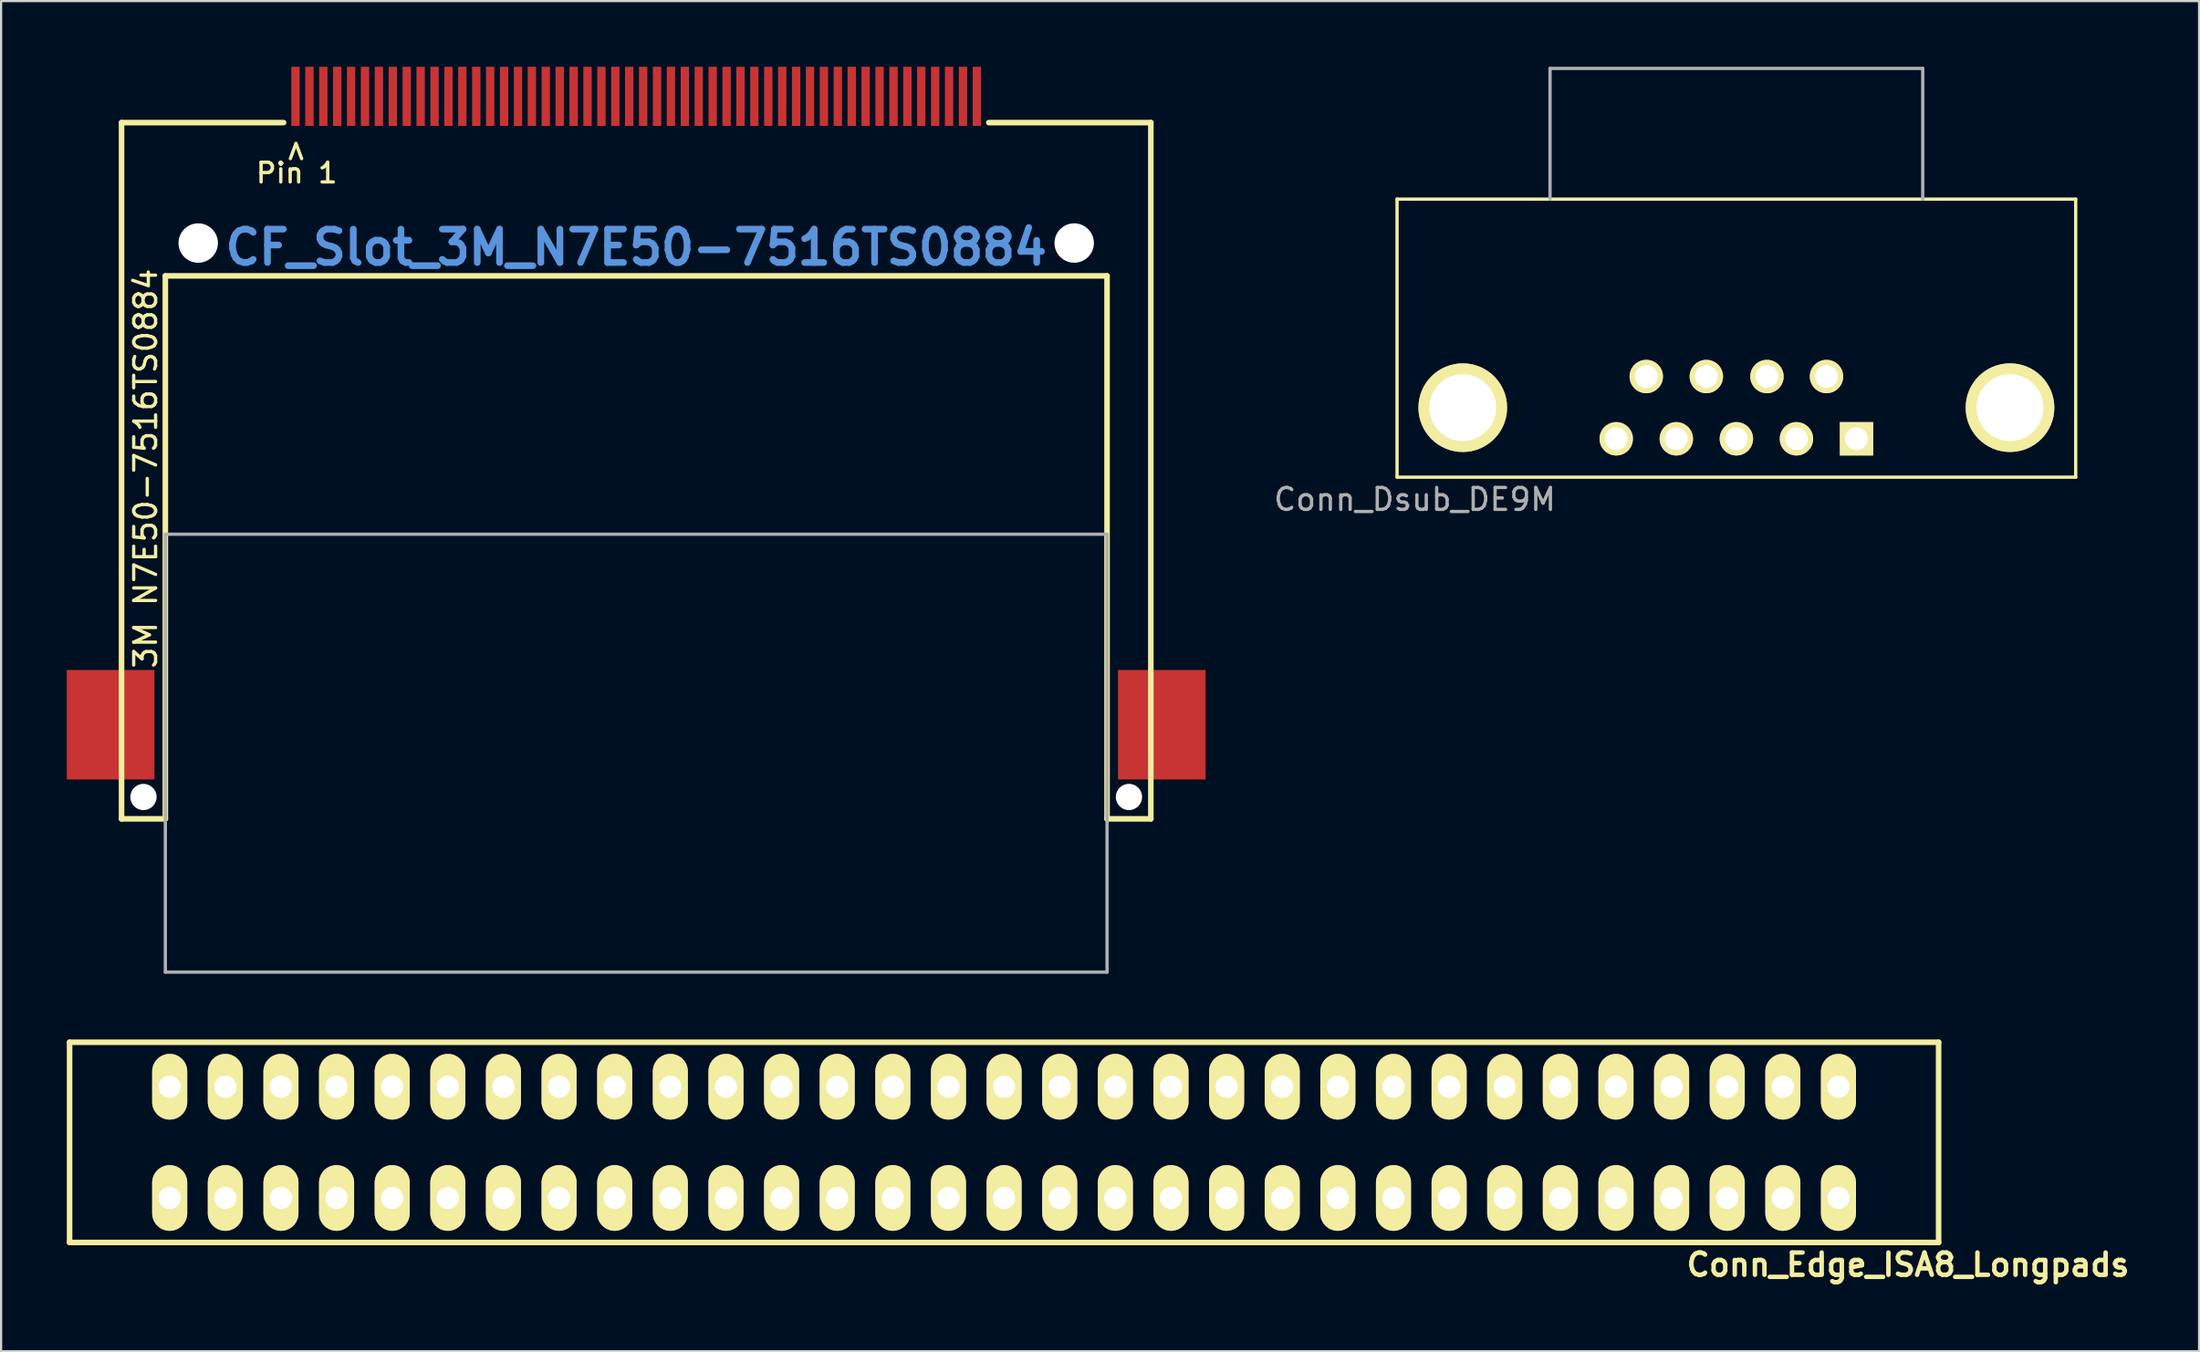
<source format=kicad_pcb>
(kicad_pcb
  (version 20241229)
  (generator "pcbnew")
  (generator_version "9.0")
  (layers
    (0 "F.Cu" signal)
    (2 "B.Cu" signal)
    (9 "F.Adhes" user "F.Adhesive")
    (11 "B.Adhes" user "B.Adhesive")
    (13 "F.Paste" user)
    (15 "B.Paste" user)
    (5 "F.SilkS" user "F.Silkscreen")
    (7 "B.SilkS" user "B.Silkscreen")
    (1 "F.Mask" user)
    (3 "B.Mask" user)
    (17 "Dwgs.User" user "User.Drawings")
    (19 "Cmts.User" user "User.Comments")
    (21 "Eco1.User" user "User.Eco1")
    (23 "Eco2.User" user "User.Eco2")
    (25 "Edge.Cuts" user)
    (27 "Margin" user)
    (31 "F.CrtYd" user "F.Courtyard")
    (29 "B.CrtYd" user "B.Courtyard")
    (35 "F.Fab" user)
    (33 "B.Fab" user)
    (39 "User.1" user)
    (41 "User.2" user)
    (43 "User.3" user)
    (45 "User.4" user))
  (footprint "Conn_Dsub_DE9M"
    (layer "F.Cu")
    (at 76.237 15.569)
    (property "Reference" "Conn_Dsub_DE9M" (at -14.684 4.191 180) (layer "F.Fab") (effects (font (size 1 1) (thickness 0.15))))
    (attr through_hole)
    (fp_line (start -15.494 -9.525) (end 15.494 -9.525) (stroke (width 0.15) (type solid)) (layer "F.SilkS"))
    (fp_line (start -15.494 3.175) (end -15.494 -9.525) (stroke (width 0.15) (type solid)) (layer "F.SilkS"))
    (fp_line (start -15.494 3.175) (end 15.494 3.175) (stroke (width 0.15) (type solid)) (layer "F.SilkS"))
    (fp_line (start 15.494 -9.525) (end 15.494 3.175) (stroke (width 0.15) (type solid)) (layer "F.SilkS"))
    (fp_line (start -8.509 -15.494) (end 8.509 -15.494) (stroke (width 0.15) (type solid)) (layer "F.Fab"))
    (fp_line (start -8.509 -9.525) (end -8.509 -15.494) (stroke (width 0.15) (type solid)) (layer "F.Fab"))
    (fp_line (start 8.509 -15.494) (end 8.509 -9.525) (stroke (width 0.15) (type solid)) (layer "F.Fab"))
    (pad "" thru_hole circle (at -12.494 0) (size 4.049 4.049) (drill 3.051) (layers "*.Cu" "*.Mask" "F.SilkS"))
    (pad "" thru_hole circle (at 12.494 0) (size 4.049 4.049) (drill 3.051) (layers "*.Cu" "*.Mask" "F.SilkS"))
    (pad "1" thru_hole rect (at 5.486 1.422) (size 1.524 1.524) (drill 1.041) (layers "*.Cu" "*.Mask" "F.SilkS"))
    (pad "2" thru_hole circle (at 2.743 1.422) (size 1.524 1.524) (drill 1.041) (layers "*.Cu" "*.Mask" "F.SilkS"))
    (pad "3" thru_hole circle (at 0 1.422) (size 1.524 1.524) (drill 1.041) (layers "*.Cu" "*.Mask" "F.SilkS"))
    (pad "4" thru_hole circle (at -2.743 1.422) (size 1.524 1.524) (drill 1.041) (layers "*.Cu" "*.Mask" "F.SilkS"))
    (pad "5" thru_hole circle (at -5.486 1.422) (size 1.524 1.524) (drill 1.041) (layers "*.Cu" "*.Mask" "F.SilkS"))
    (pad "6" thru_hole circle (at 4.115 -1.422) (size 1.524 1.524) (drill 1.041) (layers "*.Cu" "*.Mask" "F.SilkS"))
    (pad "7" thru_hole circle (at 1.397 -1.422) (size 1.524 1.524) (drill 1.041) (layers "*.Cu" "*.Mask" "F.SilkS"))
    (pad "8" thru_hole circle (at -1.372 -1.422) (size 1.524 1.524) (drill 1.041) (layers "*.Cu" "*.Mask" "F.SilkS"))
    (pad "9" thru_hole circle (at -4.115 -1.422) (size 1.524 1.524) (drill 1.041) (layers "*.Cu" "*.Mask" "F.SilkS")))
  (footprint "Conn_Edge_ISA8_Longpads"
    (layer "F.Cu")
    (at 42.799 49.124)
    (property "Reference" "Conn_Edge_ISA8_Longpads" (at 41.275 5.588 180) (layer "F.SilkS") (effects (font (size 1.016 1.016) (thickness 0.203))))
    (attr through_hole)
    (fp_line (start -42.672 -4.572) (end 42.672 -4.572) (stroke (width 0.254) (type solid)) (layer "F.SilkS"))
    (fp_line (start -42.672 4.572) (end -42.672 -4.572) (stroke (width 0.254) (type solid)) (layer "F.SilkS"))
    (fp_line (start 42.672 -4.572) (end 42.672 4.572) (stroke (width 0.254) (type solid)) (layer "F.SilkS"))
    (fp_line (start 42.672 4.572) (end -42.672 4.572) (stroke (width 0.254) (type solid)) (layer "F.SilkS"))
    (pad "1" thru_hole oval (at 38.1 -2.54 180) (size 1.6 3) (drill 1.016) (layers "*.Cu" "*.Mask" "F.SilkS"))
    (pad "2" thru_hole oval (at 35.56 -2.54 180) (size 1.6 3) (drill 1.016) (layers "*.Cu" "*.Mask" "F.SilkS"))
    (pad "3" thru_hole oval (at 33.02 -2.54 180) (size 1.6 3) (drill 1.016) (layers "*.Cu" "*.Mask" "F.SilkS"))
    (pad "4" thru_hole oval (at 30.48 -2.54 180) (size 1.6 3) (drill 1.016) (layers "*.Cu" "*.Mask" "F.SilkS"))
    (pad "5" thru_hole oval (at 27.94 -2.54 180) (size 1.6 3) (drill 1.016) (layers "*.Cu" "*.Mask" "F.SilkS"))
    (pad "6" thru_hole oval (at 25.4 -2.54 180) (size 1.6 3) (drill 1.016) (layers "*.Cu" "*.Mask" "F.SilkS"))
    (pad "7" thru_hole oval (at 22.86 -2.54 180) (size 1.6 3) (drill 1.016) (layers "*.Cu" "*.Mask" "F.SilkS"))
    (pad "8" thru_hole oval (at 20.32 -2.54 180) (size 1.6 3) (drill 1.016) (layers "*.Cu" "*.Mask" "F.SilkS"))
    (pad "9" thru_hole oval (at 17.78 -2.54 180) (size 1.6 3) (drill 1.016) (layers "*.Cu" "*.Mask" "F.SilkS"))
    (pad "10" thru_hole oval (at 15.24 -2.54 180) (size 1.6 3) (drill 1.016) (layers "*.Cu" "*.Mask" "F.SilkS"))
    (pad "11" thru_hole oval (at 12.7 -2.54 180) (size 1.6 3) (drill 1.016) (layers "*.Cu" "*.Mask" "F.SilkS"))
    (pad "12" thru_hole oval (at 10.16 -2.54 180) (size 1.6 3) (drill 1.016) (layers "*.Cu" "*.Mask" "F.SilkS"))
    (pad "13" thru_hole oval (at 7.62 -2.54 180) (size 1.6 3) (drill 1.016) (layers "*.Cu" "*.Mask" "F.SilkS"))
    (pad "14" thru_hole oval (at 5.08 -2.54 180) (size 1.6 3) (drill 1.016) (layers "*.Cu" "*.Mask" "F.SilkS"))
    (pad "15" thru_hole oval (at 2.54 -2.54 180) (size 1.6 3) (drill 1.016) (layers "*.Cu" "*.Mask" "F.SilkS"))
    (pad "16" thru_hole oval (at 0 -2.54 180) (size 1.6 3) (drill 1.016) (layers "*.Cu" "*.Mask" "F.SilkS"))
    (pad "17" thru_hole oval (at -2.54 -2.54 180) (size 1.6 3) (drill 1.016) (layers "*.Cu" "*.Mask" "F.SilkS"))
    (pad "18" thru_hole oval (at -5.08 -2.54 180) (size 1.6 3) (drill 1.016) (layers "*.Cu" "*.Mask" "F.SilkS"))
    (pad "19" thru_hole oval (at -7.62 -2.54 180) (size 1.6 3) (drill 1.016) (layers "*.Cu" "*.Mask" "F.SilkS"))
    (pad "20" thru_hole oval (at -10.16 -2.54 180) (size 1.6 3) (drill 1.016) (layers "*.Cu" "*.Mask" "F.SilkS"))
    (pad "21" thru_hole oval (at -12.7 -2.54 180) (size 1.6 3) (drill 1.016) (layers "*.Cu" "*.Mask" "F.SilkS"))
    (pad "22" thru_hole oval (at -15.24 -2.54 180) (size 1.6 3) (drill 1.016) (layers "*.Cu" "*.Mask" "F.SilkS"))
    (pad "23" thru_hole oval (at -17.78 -2.54 180) (size 1.6 3) (drill 1.016) (layers "*.Cu" "*.Mask" "F.SilkS"))
    (pad "24" thru_hole oval (at -20.32 -2.54 180) (size 1.6 3) (drill 1.016) (layers "*.Cu" "*.Mask" "F.SilkS"))
    (pad "25" thru_hole oval (at -22.86 -2.54 180) (size 1.6 3) (drill 1.016) (layers "*.Cu" "*.Mask" "F.SilkS"))
    (pad "26" thru_hole oval (at -25.4 -2.54 180) (size 1.6 3) (drill 1.016) (layers "*.Cu" "*.Mask" "F.SilkS"))
    (pad "27" thru_hole oval (at -27.94 -2.54 180) (size 1.6 3) (drill 1.016) (layers "*.Cu" "*.Mask" "F.SilkS"))
    (pad "28" thru_hole oval (at -30.48 -2.54 180) (size 1.6 3) (drill 1.016) (layers "*.Cu" "*.Mask" "F.SilkS"))
    (pad "29" thru_hole oval (at -33.02 -2.54 180) (size 1.6 3) (drill 1.016) (layers "*.Cu" "*.Mask" "F.SilkS"))
    (pad "30" thru_hole oval (at -35.56 -2.54 180) (size 1.6 3) (drill 1.016) (layers "*.Cu" "*.Mask" "F.SilkS"))
    (pad "31" thru_hole oval (at -38.1 -2.54 180) (size 1.6 3) (drill 1.016) (layers "*.Cu" "*.Mask" "F.SilkS"))
    (pad "32" thru_hole oval (at 38.1 2.54 180) (size 1.6 3) (drill 1.016) (layers "*.Cu" "*.Mask" "F.SilkS"))
    (pad "33" thru_hole oval (at 35.56 2.54 180) (size 1.6 3) (drill 1.016) (layers "*.Cu" "*.Mask" "F.SilkS"))
    (pad "34" thru_hole oval (at 33.02 2.54 180) (size 1.6 3) (drill 1.016) (layers "*.Cu" "*.Mask" "F.SilkS"))
    (pad "35" thru_hole oval (at 30.48 2.54 180) (size 1.6 3) (drill 1.016) (layers "*.Cu" "*.Mask" "F.SilkS"))
    (pad "36" thru_hole oval (at 27.94 2.54 180) (size 1.6 3) (drill 1.016) (layers "*.Cu" "*.Mask" "F.SilkS"))
    (pad "37" thru_hole oval (at 25.4 2.54 180) (size 1.6 3) (drill 1.016) (layers "*.Cu" "*.Mask" "F.SilkS"))
    (pad "38" thru_hole oval (at 22.86 2.54 180) (size 1.6 3) (drill 1.016) (layers "*.Cu" "*.Mask" "F.SilkS"))
    (pad "39" thru_hole oval (at 20.32 2.54 180) (size 1.6 3) (drill 1.016) (layers "*.Cu" "*.Mask" "F.SilkS"))
    (pad "40" thru_hole oval (at 17.78 2.54 180) (size 1.6 3) (drill 1.016) (layers "*.Cu" "*.Mask" "F.SilkS"))
    (pad "41" thru_hole oval (at 15.24 2.54 180) (size 1.6 3) (drill 1.016) (layers "*.Cu" "*.Mask" "F.SilkS"))
    (pad "42" thru_hole oval (at 12.7 2.54 180) (size 1.6 3) (drill 1.016) (layers "*.Cu" "*.Mask" "F.SilkS"))
    (pad "43" thru_hole oval (at 10.16 2.54 180) (size 1.6 3) (drill 1.016) (layers "*.Cu" "*.Mask" "F.SilkS"))
    (pad "44" thru_hole oval (at 7.62 2.54 180) (size 1.6 3) (drill 1.016) (layers "*.Cu" "*.Mask" "F.SilkS"))
    (pad "45" thru_hole oval (at 5.08 2.54 180) (size 1.6 3) (drill 1.016) (layers "*.Cu" "*.Mask" "F.SilkS"))
    (pad "46" thru_hole oval (at 2.54 2.54 180) (size 1.6 3) (drill 1.016) (layers "*.Cu" "*.Mask" "F.SilkS"))
    (pad "47" thru_hole oval (at 0 2.54 180) (size 1.6 3) (drill 1.016) (layers "*.Cu" "*.Mask" "F.SilkS"))
    (pad "48" thru_hole oval (at -2.54 2.54 180) (size 1.6 3) (drill 1.016) (layers "*.Cu" "*.Mask" "F.SilkS"))
    (pad "49" thru_hole oval (at -5.08 2.54 180) (size 1.6 3) (drill 1.016) (layers "*.Cu" "*.Mask" "F.SilkS"))
    (pad "50" thru_hole oval (at -7.62 2.54 180) (size 1.6 3) (drill 1.016) (layers "*.Cu" "*.Mask" "F.SilkS"))
    (pad "51" thru_hole oval (at -10.16 2.54 180) (size 1.6 3) (drill 1.016) (layers "*.Cu" "*.Mask" "F.SilkS"))
    (pad "52" thru_hole oval (at -12.7 2.54 180) (size 1.6 3) (drill 1.016) (layers "*.Cu" "*.Mask" "F.SilkS"))
    (pad "53" thru_hole oval (at -15.24 2.54 180) (size 1.6 3) (drill 1.016) (layers "*.Cu" "*.Mask" "F.SilkS"))
    (pad "54" thru_hole oval (at -17.78 2.54 180) (size 1.6 3) (drill 1.016) (layers "*.Cu" "*.Mask" "F.SilkS"))
    (pad "55" thru_hole oval (at -20.32 2.54 180) (size 1.6 3) (drill 1.016) (layers "*.Cu" "*.Mask" "F.SilkS"))
    (pad "56" thru_hole oval (at -22.86 2.54 180) (size 1.6 3) (drill 1.016) (layers "*.Cu" "*.Mask" "F.SilkS"))
    (pad "57" thru_hole oval (at -25.4 2.54 180) (size 1.6 3) (drill 1.016) (layers "*.Cu" "*.Mask" "F.SilkS"))
    (pad "58" thru_hole oval (at -27.94 2.54 180) (size 1.6 3) (drill 1.016) (layers "*.Cu" "*.Mask" "F.SilkS"))
    (pad "59" thru_hole oval (at -30.48 2.54 180) (size 1.6 3) (drill 1.016) (layers "*.Cu" "*.Mask" "F.SilkS"))
    (pad "60" thru_hole oval (at -33.02 2.54 180) (size 1.6 3) (drill 1.016) (layers "*.Cu" "*.Mask" "F.SilkS"))
    (pad "61" thru_hole oval (at -35.56 2.54 180) (size 1.6 3) (drill 1.016) (layers "*.Cu" "*.Mask" "F.SilkS"))
    (pad "62" thru_hole oval (at -38.1 2.54 180) (size 1.6 3) (drill 1.016) (layers "*.Cu" "*.Mask" "F.SilkS")))
  (footprint "CF_Slot_3M_N7E50-7516TS0884"
    (layer "F.Cu")
    (at 26 7.25)
    (property "Reference" "CF_Slot_3M_N7E50-7516TS0884" (at 0 1 0) (layer "Cmts.User") (effects (font (size 1.524 1.524) (thickness 0.305))))
    (attr through_hole)
    (fp_line (start -23.5 -4.7) (end -23.5 27.1) (stroke (width 0.254) (type solid)) (layer "F.SilkS"))
    (fp_line (start -23.5 -4.7) (end -16.1 -4.7) (stroke (width 0.254) (type solid)) (layer "F.SilkS"))
    (fp_line (start -21.5 2.3) (end -21.5 27.1) (stroke (width 0.254) (type solid)) (layer "F.SilkS"))
    (fp_line (start -21.5 2.3) (end 21.5 2.3) (stroke (width 0.254) (type solid)) (layer "F.SilkS"))
    (fp_line (start -21.5 27.1) (end -23.5 27.1) (stroke (width 0.254) (type solid)) (layer "F.SilkS"))
    (fp_line (start 16.1 -4.7) (end 23.5 -4.7) (stroke (width 0.254) (type solid)) (layer "F.SilkS"))
    (fp_line (start 21.5 2.3) (end 21.5 27.1) (stroke (width 0.254) (type solid)) (layer "F.SilkS"))
    (fp_line (start 21.5 27.1) (end 23.5 27.1) (stroke (width 0.254) (type solid)) (layer "F.SilkS"))
    (fp_line (start 23.5 -4.7) (end 23.5 27.1) (stroke (width 0.254) (type solid)) (layer "F.SilkS"))
    (fp_line (start -21.5 14.1) (end -21.5 34.1) (stroke (width 0.15) (type solid)) (layer "F.Fab"))
    (fp_line (start -21.5 14.1) (end 21.5 14.1) (stroke (width 0.15) (type solid)) (layer "F.Fab"))
    (fp_line (start -21.5 34.1) (end 21.5 34.1) (stroke (width 0.15) (type solid)) (layer "F.Fab"))
    (fp_line (start 21.5 14.1) (end 21.5 34.1) (stroke (width 0.15) (type solid)) (layer "F.Fab"))
    (fp_text user "3M N7E50-7516TS0884" (at -22.4 11.1 90) (layer "F.SilkS") (effects (font (size 1 1) (thickness 0.15))))
    (fp_text user "Pin 1" (at -15.5 -2.4 0) (layer "F.SilkS") (effects (font (size 0.9 0.9) (thickness 0.152))))
    (fp_text user ">" (at -15.6 -3.4 90) (unlocked yes) (layer "F.SilkS") (effects (font (size 0.9 0.9) (thickness 0.152))))
    (pad "" smd rect (at -24 22.8) (size 4 5) (layers "F.Cu" "F.Mask" "F.Paste"))
    (pad "" np_thru_hole circle (at -22.5 26.1) (size 1.2 1.2) (drill 1.2) (layers "*.Cu" "*.Mask"))
    (pad "" np_thru_hole circle (at -20 0.8) (size 1.8 1.8) (drill 1.8) (layers "*.Cu" "*.Mask"))
    (pad "" np_thru_hole circle (at 20 0.8) (size 1.8 1.8) (drill 1.8) (layers "*.Cu" "*.Mask"))
    (pad "" np_thru_hole circle (at 22.5 26.1) (size 1.2 1.2) (drill 1.2) (layers "*.Cu" "*.Mask"))
    (pad "" smd rect (at 24 22.8) (size 4 5) (layers "F.Cu" "F.Mask" "F.Paste"))
    (pad "1" smd rect (at -15.557 -5.9) (size 0.381 2.7) (layers "F.Cu" "F.Mask" "F.Paste"))
    (pad "2" smd rect (at -14.287 -5.9) (size 0.381 2.7) (layers "F.Cu" "F.Mask" "F.Paste"))
    (pad "3" smd rect (at -13.018 -5.9) (size 0.381 2.7) (layers "F.Cu" "F.Mask" "F.Paste"))
    (pad "4" smd rect (at -11.748 -5.9) (size 0.381 2.7) (layers "F.Cu" "F.Mask" "F.Paste"))
    (pad "5" smd rect (at -10.477 -5.9) (size 0.381 2.7) (layers "F.Cu" "F.Mask" "F.Paste"))
    (pad "6" smd rect (at -9.207 -5.9) (size 0.381 2.7) (layers "F.Cu" "F.Mask" "F.Paste"))
    (pad "7" smd rect (at -7.938 -5.9) (size 0.381 2.7) (layers "F.Cu" "F.Mask" "F.Paste"))
    (pad "8" smd rect (at -6.668 -5.9) (size 0.381 2.7) (layers "F.Cu" "F.Mask" "F.Paste"))
    (pad "9" smd rect (at -5.397 -5.9) (size 0.381 2.7) (layers "F.Cu" "F.Mask" "F.Paste"))
    (pad "10" smd rect (at -4.128 -5.9) (size 0.381 2.7) (layers "F.Cu" "F.Mask" "F.Paste"))
    (pad "11" smd rect (at -2.857 -5.9) (size 0.381 2.7) (layers "F.Cu" "F.Mask" "F.Paste"))
    (pad "12" smd rect (at -1.587 -5.9) (size 0.381 2.7) (layers "F.Cu" "F.Mask" "F.Paste"))
    (pad "13" smd rect (at -0.318 -5.9) (size 0.381 2.7) (layers "F.Cu" "F.Mask" "F.Paste"))
    (pad "14" smd rect (at 0.953 -5.9) (size 0.381 2.7) (layers "F.Cu" "F.Mask" "F.Paste"))
    (pad "15" smd rect (at 2.223 -5.9) (size 0.381 2.7) (layers "F.Cu" "F.Mask" "F.Paste"))
    (pad "16" smd rect (at 3.493 -5.9) (size 0.381 2.7) (layers "F.Cu" "F.Mask" "F.Paste"))
    (pad "17" smd rect (at 4.763 -5.9) (size 0.381 2.7) (layers "F.Cu" "F.Mask" "F.Paste"))
    (pad "18" smd rect (at 6.032 -5.9) (size 0.381 2.7) (layers "F.Cu" "F.Mask" "F.Paste"))
    (pad "19" smd rect (at 7.303 -5.9) (size 0.381 2.7) (layers "F.Cu" "F.Mask" "F.Paste"))
    (pad "20" smd rect (at 8.572 -5.9) (size 0.381 2.7) (layers "F.Cu" "F.Mask" "F.Paste"))
    (pad "21" smd rect (at 9.842 -5.9) (size 0.381 2.7) (layers "F.Cu" "F.Mask" "F.Paste"))
    (pad "22" smd rect (at 11.113 -5.9) (size 0.381 2.7) (layers "F.Cu" "F.Mask" "F.Paste"))
    (pad "23" smd rect (at 12.383 -5.9) (size 0.381 2.7) (layers "F.Cu" "F.Mask" "F.Paste"))
    (pad "24" smd rect (at 13.652 -5.9) (size 0.381 2.7) (layers "F.Cu" "F.Mask" "F.Paste"))
    (pad "25" smd rect (at 14.922 -5.9) (size 0.381 2.7) (layers "F.Cu" "F.Mask" "F.Paste"))
    (pad "26" smd rect (at -14.922 -5.9) (size 0.381 2.7) (layers "F.Cu" "F.Mask" "F.Paste"))
    (pad "27" smd rect (at -13.652 -5.9) (size 0.381 2.7) (layers "F.Cu" "F.Mask" "F.Paste"))
    (pad "28" smd rect (at -12.383 -5.9) (size 0.381 2.7) (layers "F.Cu" "F.Mask" "F.Paste"))
    (pad "29" smd rect (at -11.113 -5.9) (size 0.381 2.7) (layers "F.Cu" "F.Mask" "F.Paste"))
    (pad "30" smd rect (at -9.842 -5.9) (size 0.381 2.7) (layers "F.Cu" "F.Mask" "F.Paste"))
    (pad "31" smd rect (at -8.572 -5.9) (size 0.381 2.7) (layers "F.Cu" "F.Mask" "F.Paste"))
    (pad "32" smd rect (at -7.303 -5.9) (size 0.381 2.7) (layers "F.Cu" "F.Mask" "F.Paste"))
    (pad "33" smd rect (at -6.032 -5.9) (size 0.381 2.7) (layers "F.Cu" "F.Mask" "F.Paste"))
    (pad "34" smd rect (at -4.763 -5.9) (size 0.381 2.7) (layers "F.Cu" "F.Mask" "F.Paste"))
    (pad "35" smd rect (at -3.493 -5.9) (size 0.381 2.7) (layers "F.Cu" "F.Mask" "F.Paste"))
    (pad "36" smd rect (at -2.223 -5.9) (size 0.381 2.7) (layers "F.Cu" "F.Mask" "F.Paste"))
    (pad "37" smd rect (at -0.953 -5.9) (size 0.381 2.7) (layers "F.Cu" "F.Mask" "F.Paste"))
    (pad "38" smd rect (at 0.318 -5.9) (size 0.381 2.7) (layers "F.Cu" "F.Mask" "F.Paste"))
    (pad "39" smd rect (at 1.587 -5.9) (size 0.381 2.7) (layers "F.Cu" "F.Mask" "F.Paste"))
    (pad "40" smd rect (at 2.857 -5.9) (size 0.381 2.7) (layers "F.Cu" "F.Mask" "F.Paste"))
    (pad "41" smd rect (at 4.128 -5.9) (size 0.381 2.7) (layers "F.Cu" "F.Mask" "F.Paste"))
    (pad "42" smd rect (at 5.397 -5.9) (size 0.381 2.7) (layers "F.Cu" "F.Mask" "F.Paste"))
    (pad "43" smd rect (at 6.668 -5.9) (size 0.381 2.7) (layers "F.Cu" "F.Mask" "F.Paste"))
    (pad "44" smd rect (at 7.938 -5.9) (size 0.381 2.7) (layers "F.Cu" "F.Mask" "F.Paste"))
    (pad "45" smd rect (at 9.207 -5.9) (size 0.381 2.7) (layers "F.Cu" "F.Mask" "F.Paste"))
    (pad "46" smd rect (at 10.477 -5.9) (size 0.381 2.7) (layers "F.Cu" "F.Mask" "F.Paste"))
    (pad "47" smd rect (at 11.748 -5.9) (size 0.381 2.7) (layers "F.Cu" "F.Mask" "F.Paste"))
    (pad "48" smd rect (at 13.018 -5.9) (size 0.381 2.7) (layers "F.Cu" "F.Mask" "F.Paste"))
    (pad "49" smd rect (at 14.287 -5.9) (size 0.381 2.7) (layers "F.Cu" "F.Mask" "F.Paste"))
    (pad "50" smd rect (at 15.557 -5.9) (size 0.381 2.7) (layers "F.Cu" "F.Mask" "F.Paste")))
  (gr_rect
    (start -3 -3)
    (end 97.365 58.663)
    (stroke (width 0.1) (type default))
    (fill no)
    (layer "Edge.Cuts")))
</source>
